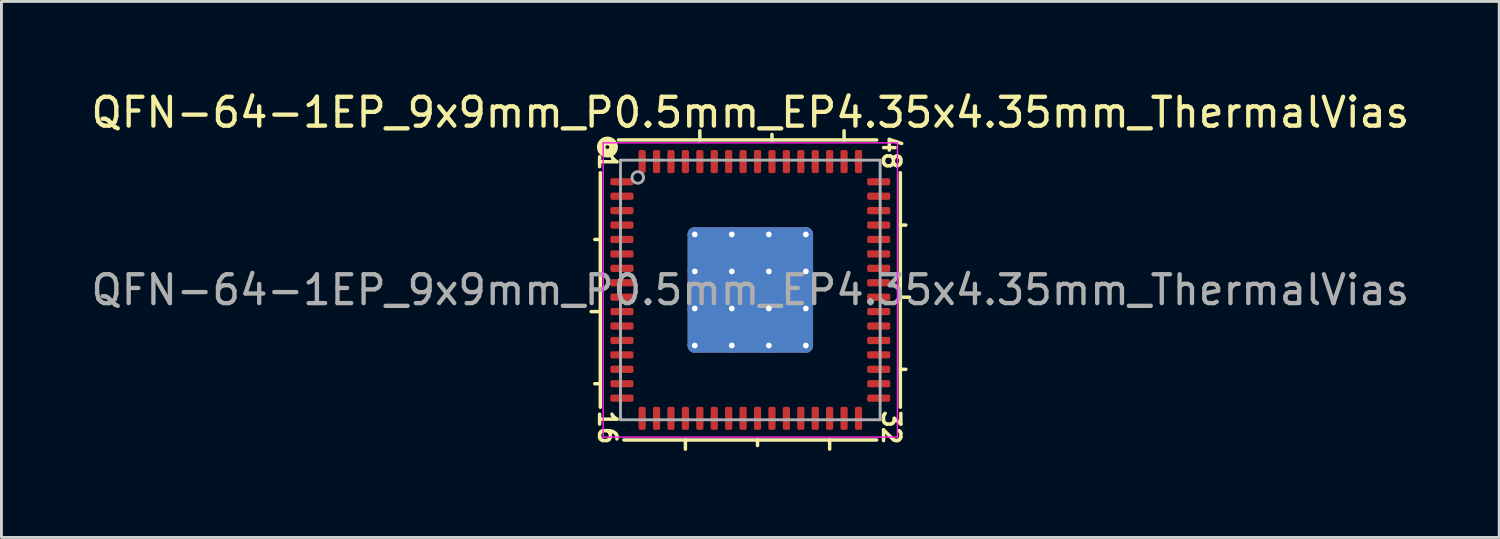
<source format=kicad_pcb>
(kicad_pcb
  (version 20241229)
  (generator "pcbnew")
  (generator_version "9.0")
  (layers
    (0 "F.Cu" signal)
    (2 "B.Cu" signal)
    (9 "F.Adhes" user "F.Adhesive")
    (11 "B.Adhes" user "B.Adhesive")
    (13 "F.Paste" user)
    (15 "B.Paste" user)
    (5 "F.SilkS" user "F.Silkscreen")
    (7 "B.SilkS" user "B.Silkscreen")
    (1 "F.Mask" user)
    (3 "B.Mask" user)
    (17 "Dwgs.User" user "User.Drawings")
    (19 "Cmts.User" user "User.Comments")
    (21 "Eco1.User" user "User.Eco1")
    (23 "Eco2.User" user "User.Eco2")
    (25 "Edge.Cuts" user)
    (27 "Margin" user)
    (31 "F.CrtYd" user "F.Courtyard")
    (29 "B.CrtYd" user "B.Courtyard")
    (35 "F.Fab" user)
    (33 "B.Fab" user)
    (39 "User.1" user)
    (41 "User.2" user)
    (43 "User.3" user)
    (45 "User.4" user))
  (footprint "QFN-64-1EP_9x9mm_P0.5mm_EP4.35x4.35mm_ThermalVias"
    (layer "F.Cu")
    (at 22.958 7.001)
    (property "Reference" "QFN-64-1EP_9x9mm_P0.5mm_EP4.35x4.35mm_ThermalVias" (at 0 -6.152 0) (layer "F.SilkS") (effects (font (size 1 1) (thickness 0.15))))
    (attr smd)
    (fp_line (start -5.2 -4.064) (end -5.2 4.064) (stroke (width 0.12) (type solid)) (layer "F.SilkS"))
    (fp_line (start -5.2 -1.75) (end -5.391 -1.75) (stroke (width 0.12) (type solid)) (layer "F.SilkS"))
    (fp_line (start -5.2 0.75) (end -5.518 0.75) (stroke (width 0.12) (type solid)) (layer "F.SilkS"))
    (fp_line (start -5.2 3.25) (end -5.391 3.25) (stroke (width 0.12) (type solid)) (layer "F.SilkS"))
    (fp_line (start -4.381 5.2) (end 4.381 5.2) (stroke (width 0.12) (type solid)) (layer "F.SilkS"))
    (fp_line (start -2.25 5.2) (end -2.25 5.518) (stroke (width 0.12) (type solid)) (layer "F.SilkS"))
    (fp_line (start -1.75 -5.2) (end -1.75 -5.518) (stroke (width 0.12) (type solid)) (layer "F.SilkS"))
    (fp_line (start 0.25 5.2) (end 0.25 5.391) (stroke (width 0.12) (type solid)) (layer "F.SilkS"))
    (fp_line (start 0.75 -5.2) (end 0.75 -5.391) (stroke (width 0.12) (type solid)) (layer "F.SilkS"))
    (fp_line (start 2.75 5.2) (end 2.75 5.518) (stroke (width 0.12) (type solid)) (layer "F.SilkS"))
    (fp_line (start 3.25 -5.2) (end 3.25 -5.518) (stroke (width 0.12) (type solid)) (layer "F.SilkS"))
    (fp_line (start 4.381 -5.2) (end -4.572 -5.2) (stroke (width 0.12) (type solid)) (layer "F.SilkS"))
    (fp_line (start 5.2 -2.25) (end 5.391 -2.25) (stroke (width 0.12) (type solid)) (layer "F.SilkS"))
    (fp_line (start 5.2 0.25) (end 5.518 0.25) (stroke (width 0.12) (type solid)) (layer "F.SilkS"))
    (fp_line (start 5.2 2.75) (end 5.391 2.75) (stroke (width 0.12) (type solid)) (layer "F.SilkS"))
    (fp_line (start 5.2 4.064) (end 5.2 -4.064) (stroke (width 0.12) (type solid)) (layer "F.SilkS"))
    (fp_circle (center -4.953 -4.953) (end -4.889 -4.953) (stroke (width 0.3) (type solid)) (fill no) (layer "F.SilkS"))
    (fp_line (start -5.1 -5.1) (end -5.1 5.1) (stroke (width 0.05) (type solid)) (layer "F.CrtYd"))
    (fp_line (start -5.1 5.1) (end 5.1 5.1) (stroke (width 0.05) (type solid)) (layer "F.CrtYd"))
    (fp_line (start 5.1 -5.1) (end -5.1 -5.1) (stroke (width 0.05) (type solid)) (layer "F.CrtYd"))
    (fp_line (start 5.1 5.1) (end 5.1 -5.1) (stroke (width 0.05) (type solid)) (layer "F.CrtYd"))
    (fp_line (start -4.5 -4.5) (end 4.5 -4.5) (stroke (width 0.1) (type solid)) (layer "F.Fab"))
    (fp_line (start -4.5 4.5) (end -4.5 -4.5) (stroke (width 0.1) (type solid)) (layer "F.Fab"))
    (fp_line (start 4.5 -4.5) (end 4.5 4.5) (stroke (width 0.1) (type solid)) (layer "F.Fab"))
    (fp_line (start 4.5 4.5) (end -4.5 4.5) (stroke (width 0.1) (type solid)) (layer "F.Fab"))
    (fp_circle (center -3.9 -3.9) (end -3.7 -3.9) (stroke (width 0.1) (type solid)) (fill no) (layer "F.Fab"))
    (fp_text user "48" (at 4.889 -4.763 270) (unlocked yes) (layer "F.SilkS") (effects (font (size 0.6 0.6) (thickness 0.12))))
    (fp_text user "16" (at -4.953 4.763 270) (unlocked yes) (layer "F.SilkS") (effects (font (size 0.6 0.6) (thickness 0.12))))
    (fp_text user "1" (at -4.953 -4.445 270) (unlocked yes) (layer "F.SilkS") (effects (font (size 0.6 0.6) (thickness 0.12))))
    (fp_text user "32" (at 4.889 4.763 270) (unlocked yes) (layer "F.SilkS") (effects (font (size 0.6 0.6) (thickness 0.12))))
    (fp_text user "${REFERENCE}" (at 0 0 0) (layer "F.Fab") (effects (font (size 1 1) (thickness 0.15))))
    (pad "" smd roundrect (at -1.283 -1.283) (size 1.123 1.123) (layers "F.Paste") (roundrect_rratio 0.223))
    (pad "" smd roundrect (at -1.283 0) (size 1.123 1.123) (layers "F.Paste") (roundrect_rratio 0.223))
    (pad "" smd roundrect (at -1.283 1.283) (size 1.123 1.123) (layers "F.Paste") (roundrect_rratio 0.223))
    (pad "" smd roundrect (at 0 -1.283) (size 1.123 1.123) (layers "F.Paste") (roundrect_rratio 0.223))
    (pad "" smd roundrect (at 0 0) (size 1.123 1.123) (layers "F.Paste") (roundrect_rratio 0.223))
    (pad "" smd roundrect (at 0 1.283) (size 1.123 1.123) (layers "F.Paste") (roundrect_rratio 0.223))
    (pad "" smd roundrect (at 1.283 -1.283) (size 1.123 1.123) (layers "F.Paste") (roundrect_rratio 0.223))
    (pad "" smd roundrect (at 1.283 0) (size 1.123 1.123) (layers "F.Paste") (roundrect_rratio 0.223))
    (pad "" smd roundrect (at 1.283 1.283) (size 1.123 1.123) (layers "F.Paste") (roundrect_rratio 0.223))
    (pad "1" smd roundrect (at -4.45 -3.75) (size 0.8 0.25) (layers "F.Cu" "F.Mask" "F.Paste") (roundrect_rratio 0.25))
    (pad "2" smd roundrect (at -4.45 -3.25) (size 0.8 0.25) (layers "F.Cu" "F.Mask" "F.Paste") (roundrect_rratio 0.25))
    (pad "3" smd roundrect (at -4.45 -2.75) (size 0.8 0.25) (layers "F.Cu" "F.Mask" "F.Paste") (roundrect_rratio 0.25))
    (pad "4" smd roundrect (at -4.45 -2.25) (size 0.8 0.25) (layers "F.Cu" "F.Mask" "F.Paste") (roundrect_rratio 0.25))
    (pad "5" smd roundrect (at -4.45 -1.75) (size 0.8 0.25) (layers "F.Cu" "F.Mask" "F.Paste") (roundrect_rratio 0.25))
    (pad "6" smd roundrect (at -4.45 -1.25) (size 0.8 0.25) (layers "F.Cu" "F.Mask" "F.Paste") (roundrect_rratio 0.25))
    (pad "7" smd roundrect (at -4.45 -0.75) (size 0.8 0.25) (layers "F.Cu" "F.Mask" "F.Paste") (roundrect_rratio 0.25))
    (pad "8" smd roundrect (at -4.45 -0.25) (size 0.8 0.25) (layers "F.Cu" "F.Mask" "F.Paste") (roundrect_rratio 0.25))
    (pad "9" smd roundrect (at -4.45 0.25) (size 0.8 0.25) (layers "F.Cu" "F.Mask" "F.Paste") (roundrect_rratio 0.25))
    (pad "10" smd roundrect (at -4.45 0.75) (size 0.8 0.25) (layers "F.Cu" "F.Mask" "F.Paste") (roundrect_rratio 0.25))
    (pad "11" smd roundrect (at -4.45 1.25) (size 0.8 0.25) (layers "F.Cu" "F.Mask" "F.Paste") (roundrect_rratio 0.25))
    (pad "12" smd roundrect (at -4.45 1.75) (size 0.8 0.25) (layers "F.Cu" "F.Mask" "F.Paste") (roundrect_rratio 0.25))
    (pad "13" smd roundrect (at -4.45 2.25) (size 0.8 0.25) (layers "F.Cu" "F.Mask" "F.Paste") (roundrect_rratio 0.25))
    (pad "14" smd roundrect (at -4.45 2.75) (size 0.8 0.25) (layers "F.Cu" "F.Mask" "F.Paste") (roundrect_rratio 0.25))
    (pad "15" smd roundrect (at -4.45 3.25) (size 0.8 0.25) (layers "F.Cu" "F.Mask" "F.Paste") (roundrect_rratio 0.25))
    (pad "16" smd roundrect (at -4.45 3.75) (size 0.8 0.25) (layers "F.Cu" "F.Mask" "F.Paste") (roundrect_rratio 0.25))
    (pad "17" smd roundrect (at -3.75 4.45) (size 0.25 0.8) (layers "F.Cu" "F.Mask" "F.Paste") (roundrect_rratio 0.25))
    (pad "18" smd roundrect (at -3.25 4.45) (size 0.25 0.8) (layers "F.Cu" "F.Mask" "F.Paste") (roundrect_rratio 0.25))
    (pad "19" smd roundrect (at -2.75 4.45) (size 0.25 0.8) (layers "F.Cu" "F.Mask" "F.Paste") (roundrect_rratio 0.25))
    (pad "20" smd roundrect (at -2.25 4.45) (size 0.25 0.8) (layers "F.Cu" "F.Mask" "F.Paste") (roundrect_rratio 0.25))
    (pad "21" smd roundrect (at -1.75 4.45) (size 0.25 0.8) (layers "F.Cu" "F.Mask" "F.Paste") (roundrect_rratio 0.25))
    (pad "22" smd roundrect (at -1.25 4.45) (size 0.25 0.8) (layers "F.Cu" "F.Mask" "F.Paste") (roundrect_rratio 0.25))
    (pad "23" smd roundrect (at -0.75 4.45) (size 0.25 0.8) (layers "F.Cu" "F.Mask" "F.Paste") (roundrect_rratio 0.25))
    (pad "24" smd roundrect (at -0.25 4.45) (size 0.25 0.8) (layers "F.Cu" "F.Mask" "F.Paste") (roundrect_rratio 0.25))
    (pad "25" smd roundrect (at 0.25 4.45) (size 0.25 0.8) (layers "F.Cu" "F.Mask" "F.Paste") (roundrect_rratio 0.25))
    (pad "26" smd roundrect (at 0.75 4.45) (size 0.25 0.8) (layers "F.Cu" "F.Mask" "F.Paste") (roundrect_rratio 0.25))
    (pad "27" smd roundrect (at 1.25 4.45) (size 0.25 0.8) (layers "F.Cu" "F.Mask" "F.Paste") (roundrect_rratio 0.25))
    (pad "28" smd roundrect (at 1.75 4.45) (size 0.25 0.8) (layers "F.Cu" "F.Mask" "F.Paste") (roundrect_rratio 0.25))
    (pad "29" smd roundrect (at 2.25 4.45) (size 0.25 0.8) (layers "F.Cu" "F.Mask" "F.Paste") (roundrect_rratio 0.25))
    (pad "30" smd roundrect (at 2.75 4.45) (size 0.25 0.8) (layers "F.Cu" "F.Mask" "F.Paste") (roundrect_rratio 0.25))
    (pad "31" smd roundrect (at 3.25 4.45) (size 0.25 0.8) (layers "F.Cu" "F.Mask" "F.Paste") (roundrect_rratio 0.25))
    (pad "32" smd roundrect (at 3.75 4.45) (size 0.25 0.8) (layers "F.Cu" "F.Mask" "F.Paste") (roundrect_rratio 0.25))
    (pad "33" smd roundrect (at 4.45 3.75) (size 0.8 0.25) (layers "F.Cu" "F.Mask" "F.Paste") (roundrect_rratio 0.25))
    (pad "34" smd roundrect (at 4.45 3.25) (size 0.8 0.25) (layers "F.Cu" "F.Mask" "F.Paste") (roundrect_rratio 0.25))
    (pad "35" smd roundrect (at 4.45 2.75) (size 0.8 0.25) (layers "F.Cu" "F.Mask" "F.Paste") (roundrect_rratio 0.25))
    (pad "36" smd roundrect (at 4.45 2.25) (size 0.8 0.25) (layers "F.Cu" "F.Mask" "F.Paste") (roundrect_rratio 0.25))
    (pad "37" smd roundrect (at 4.45 1.75) (size 0.8 0.25) (layers "F.Cu" "F.Mask" "F.Paste") (roundrect_rratio 0.25))
    (pad "38" smd roundrect (at 4.45 1.25) (size 0.8 0.25) (layers "F.Cu" "F.Mask" "F.Paste") (roundrect_rratio 0.25))
    (pad "39" smd roundrect (at 4.45 0.75) (size 0.8 0.25) (layers "F.Cu" "F.Mask" "F.Paste") (roundrect_rratio 0.25))
    (pad "40" smd roundrect (at 4.45 0.25) (size 0.8 0.25) (layers "F.Cu" "F.Mask" "F.Paste") (roundrect_rratio 0.25))
    (pad "41" smd roundrect (at 4.45 -0.25) (size 0.8 0.25) (layers "F.Cu" "F.Mask" "F.Paste") (roundrect_rratio 0.25))
    (pad "42" smd roundrect (at 4.45 -0.75) (size 0.8 0.25) (layers "F.Cu" "F.Mask" "F.Paste") (roundrect_rratio 0.25))
    (pad "43" smd roundrect (at 4.45 -1.25) (size 0.8 0.25) (layers "F.Cu" "F.Mask" "F.Paste") (roundrect_rratio 0.25))
    (pad "44" smd roundrect (at 4.45 -1.75) (size 0.8 0.25) (layers "F.Cu" "F.Mask" "F.Paste") (roundrect_rratio 0.25))
    (pad "45" smd roundrect (at 4.45 -2.25) (size 0.8 0.25) (layers "F.Cu" "F.Mask" "F.Paste") (roundrect_rratio 0.25))
    (pad "46" smd roundrect (at 4.45 -2.75) (size 0.8 0.25) (layers "F.Cu" "F.Mask" "F.Paste") (roundrect_rratio 0.25))
    (pad "47" smd roundrect (at 4.45 -3.25) (size 0.8 0.25) (layers "F.Cu" "F.Mask" "F.Paste") (roundrect_rratio 0.25))
    (pad "48" smd roundrect (at 4.45 -3.75) (size 0.8 0.25) (layers "F.Cu" "F.Mask" "F.Paste") (roundrect_rratio 0.25))
    (pad "49" smd roundrect (at 3.75 -4.45) (size 0.25 0.8) (layers "F.Cu" "F.Mask" "F.Paste") (roundrect_rratio 0.25))
    (pad "50" smd roundrect (at 3.25 -4.45) (size 0.25 0.8) (layers "F.Cu" "F.Mask" "F.Paste") (roundrect_rratio 0.25))
    (pad "51" smd roundrect (at 2.75 -4.45) (size 0.25 0.8) (layers "F.Cu" "F.Mask" "F.Paste") (roundrect_rratio 0.25))
    (pad "52" smd roundrect (at 2.25 -4.45) (size 0.25 0.8) (layers "F.Cu" "F.Mask" "F.Paste") (roundrect_rratio 0.25))
    (pad "53" smd roundrect (at 1.75 -4.45) (size 0.25 0.8) (layers "F.Cu" "F.Mask" "F.Paste") (roundrect_rratio 0.25))
    (pad "54" smd roundrect (at 1.25 -4.45) (size 0.25 0.8) (layers "F.Cu" "F.Mask" "F.Paste") (roundrect_rratio 0.25))
    (pad "55" smd roundrect (at 0.75 -4.45) (size 0.25 0.8) (layers "F.Cu" "F.Mask" "F.Paste") (roundrect_rratio 0.25))
    (pad "56" smd roundrect (at 0.25 -4.45) (size 0.25 0.8) (layers "F.Cu" "F.Mask" "F.Paste") (roundrect_rratio 0.25))
    (pad "57" smd roundrect (at -0.25 -4.45) (size 0.25 0.8) (layers "F.Cu" "F.Mask" "F.Paste") (roundrect_rratio 0.25))
    (pad "58" smd roundrect (at -0.75 -4.45) (size 0.25 0.8) (layers "F.Cu" "F.Mask" "F.Paste") (roundrect_rratio 0.25))
    (pad "59" smd roundrect (at -1.25 -4.45) (size 0.25 0.8) (layers "F.Cu" "F.Mask" "F.Paste") (roundrect_rratio 0.25))
    (pad "60" smd roundrect (at -1.75 -4.45) (size 0.25 0.8) (layers "F.Cu" "F.Mask" "F.Paste") (roundrect_rratio 0.25))
    (pad "61" smd roundrect (at -2.25 -4.45) (size 0.25 0.8) (layers "F.Cu" "F.Mask" "F.Paste") (roundrect_rratio 0.25))
    (pad "62" smd roundrect (at -2.75 -4.45) (size 0.25 0.8) (layers "F.Cu" "F.Mask" "F.Paste") (roundrect_rratio 0.25))
    (pad "63" smd roundrect (at -3.25 -4.45) (size 0.25 0.8) (layers "F.Cu" "F.Mask" "F.Paste") (roundrect_rratio 0.25))
    (pad "64" smd roundrect (at -3.75 -4.45) (size 0.25 0.8) (layers "F.Cu" "F.Mask" "F.Paste") (roundrect_rratio 0.25))
    (pad "65" thru_hole circle (at -1.925 -1.925) (size 0.5 0.5) (drill 0.2) (property pad_prop_heatsink) (layers "*.Cu"))
    (pad "65" thru_hole circle (at -1.925 -0.642) (size 0.5 0.5) (drill 0.2) (property pad_prop_heatsink) (layers "*.Cu"))
    (pad "65" thru_hole circle (at -1.925 0.642) (size 0.5 0.5) (drill 0.2) (property pad_prop_heatsink) (layers "*.Cu"))
    (pad "65" thru_hole circle (at -1.925 1.925) (size 0.5 0.5) (drill 0.2) (property pad_prop_heatsink) (layers "*.Cu"))
    (pad "65" thru_hole circle (at -0.642 -1.925) (size 0.5 0.5) (drill 0.2) (property pad_prop_heatsink) (layers "*.Cu"))
    (pad "65" thru_hole circle (at -0.642 -0.642) (size 0.5 0.5) (drill 0.2) (property pad_prop_heatsink) (layers "*.Cu"))
    (pad "65" thru_hole circle (at -0.642 0.642) (size 0.5 0.5) (drill 0.2) (property pad_prop_heatsink) (layers "*.Cu"))
    (pad "65" thru_hole circle (at -0.642 1.925) (size 0.5 0.5) (drill 0.2) (property pad_prop_heatsink) (layers "*.Cu"))
    (pad "65" smd roundrect (at 0 0) (size 4.35 4.35) (layers "F.Cu" "F.Mask") (roundrect_rratio 0.057))
    (pad "65" smd roundrect (at 0 0) (size 4.35 4.35) (layers "B.Cu" "B.Mask") (roundrect_rratio 0.057))
    (pad "65" thru_hole circle (at 0.642 -1.925) (size 0.5 0.5) (drill 0.2) (property pad_prop_heatsink) (layers "*.Cu"))
    (pad "65" thru_hole circle (at 0.642 -0.642) (size 0.5 0.5) (drill 0.2) (property pad_prop_heatsink) (layers "*.Cu"))
    (pad "65" thru_hole circle (at 0.642 0.642) (size 0.5 0.5) (drill 0.2) (property pad_prop_heatsink) (layers "*.Cu"))
    (pad "65" thru_hole circle (at 0.642 1.925) (size 0.5 0.5) (drill 0.2) (property pad_prop_heatsink) (layers "*.Cu"))
    (pad "65" thru_hole circle (at 1.925 -1.925) (size 0.5 0.5) (drill 0.2) (property pad_prop_heatsink) (layers "*.Cu"))
    (pad "65" thru_hole circle (at 1.925 -0.642) (size 0.5 0.5) (drill 0.2) (property pad_prop_heatsink) (layers "*.Cu"))
    (pad "65" thru_hole circle (at 1.925 0.642) (size 0.5 0.5) (drill 0.2) (property pad_prop_heatsink) (layers "*.Cu"))
    (pad "65" thru_hole circle (at 1.925 1.925) (size 0.5 0.5) (drill 0.2) (property pad_prop_heatsink) (layers "*.Cu")))
  (gr_rect
    (start -3 -3)
    (end 48.917 15.578)
    (stroke (width 0.1) (type default))
    (fill no)
    (layer "Edge.Cuts")))
</source>
